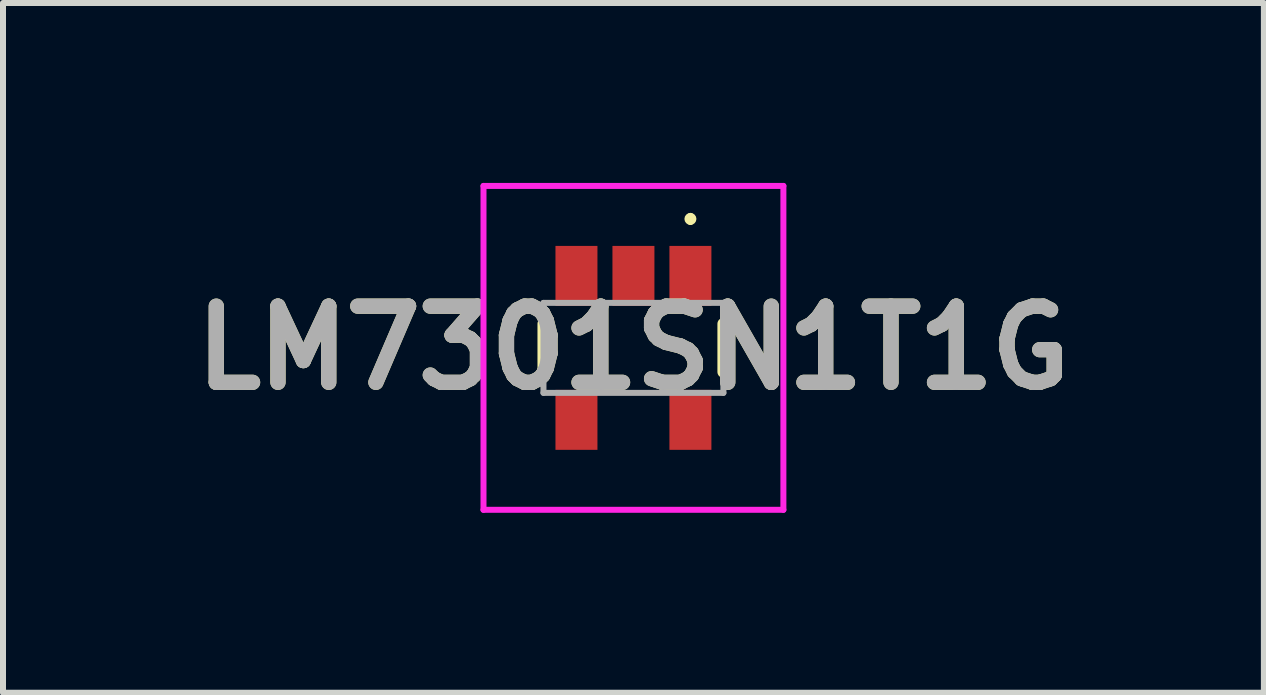
<source format=kicad_pcb>
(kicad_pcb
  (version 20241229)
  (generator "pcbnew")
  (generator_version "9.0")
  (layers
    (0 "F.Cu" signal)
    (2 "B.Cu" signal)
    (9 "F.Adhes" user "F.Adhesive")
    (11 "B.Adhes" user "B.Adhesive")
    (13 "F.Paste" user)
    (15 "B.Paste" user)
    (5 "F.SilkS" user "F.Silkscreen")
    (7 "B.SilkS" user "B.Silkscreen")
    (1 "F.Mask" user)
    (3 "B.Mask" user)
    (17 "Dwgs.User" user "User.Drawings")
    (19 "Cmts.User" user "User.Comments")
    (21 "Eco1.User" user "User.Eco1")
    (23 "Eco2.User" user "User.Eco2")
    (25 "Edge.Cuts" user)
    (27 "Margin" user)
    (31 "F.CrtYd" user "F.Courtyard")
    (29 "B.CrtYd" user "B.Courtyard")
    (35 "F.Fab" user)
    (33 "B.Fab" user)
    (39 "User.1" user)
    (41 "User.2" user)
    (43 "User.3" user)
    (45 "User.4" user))
  (footprint "LM7301SN1T1G"
    (layer "F.Cu")
    (at 7.511 2.75)
    (property "Reference" "LM7301SN1T1G" (at 0 0 0) (layer "F.SilkS") (effects (font (size 1.27 1.27) (thickness 0.254))))
    (attr smd)
    (fp_line (start -1.5 -0.4) (end -1.5 0.4) (stroke (width 0.2) (type solid)) (layer "F.SilkS"))
    (fp_line (start 0.95 -2.2) (end 0.95 -2.2) (stroke (width 0.1) (type solid)) (layer "F.SilkS"))
    (fp_line (start 0.95 -2.1) (end 0.95 -2.1) (stroke (width 0.1) (type solid)) (layer "F.SilkS"))
    (fp_line (start 1.5 -0.4) (end 1.5 0.4) (stroke (width 0.2) (type solid)) (layer "F.SilkS"))
    (fp_arc (start 0.95 -2.2) (mid 1 -2.15) (end 0.95 -2.1) (stroke (width 0.1) (type solid)) (layer "F.SilkS"))
    (fp_arc (start 0.95 -2.1) (mid 0.9 -2.15) (end 0.95 -2.2) (stroke (width 0.1) (type solid)) (layer "F.SilkS"))
    (fp_line (start -2.5 -2.7) (end 2.5 -2.7) (stroke (width 0.1) (type solid)) (layer "F.CrtYd"))
    (fp_line (start -2.5 2.7) (end -2.5 -2.7) (stroke (width 0.1) (type solid)) (layer "F.CrtYd"))
    (fp_line (start 2.5 -2.7) (end 2.5 2.7) (stroke (width 0.1) (type solid)) (layer "F.CrtYd"))
    (fp_line (start 2.5 2.7) (end -2.5 2.7) (stroke (width 0.1) (type solid)) (layer "F.CrtYd"))
    (fp_line (start -1.5 -0.75) (end 1.5 -0.75) (stroke (width 0.1) (type solid)) (layer "F.Fab"))
    (fp_line (start -1.5 0.75) (end -1.5 -0.75) (stroke (width 0.1) (type solid)) (layer "F.Fab"))
    (fp_line (start 1.5 -0.75) (end 1.5 0.75) (stroke (width 0.1) (type solid)) (layer "F.Fab"))
    (fp_line (start 1.5 0.75) (end -1.5 0.75) (stroke (width 0.1) (type solid)) (layer "F.Fab"))
    (fp_text user "${REFERENCE}" (at 0 0 0) (layer "F.Fab") (effects (font (size 1.27 1.27) (thickness 0.254))))
    (pad "1" smd rect (at 0.95 -1.2) (size 0.7 1) (layers "F.Cu" "F.Mask" "F.Paste"))
    (pad "2" smd rect (at 0 -1.2) (size 0.7 1) (layers "F.Cu" "F.Mask" "F.Paste"))
    (pad "3" smd rect (at -0.95 -1.2) (size 0.7 1) (layers "F.Cu" "F.Mask" "F.Paste"))
    (pad "4" smd rect (at -0.95 1.2) (size 0.7 1) (layers "F.Cu" "F.Mask" "F.Paste"))
    (pad "5" smd rect (at 0.95 1.2) (size 0.7 1) (layers "F.Cu" "F.Mask" "F.Paste")))
  (gr_rect
    (start -3 -3)
    (end 18.022 8.5)
    (stroke (width 0.1) (type default))
    (fill no)
    (layer "Edge.Cuts")))
</source>
